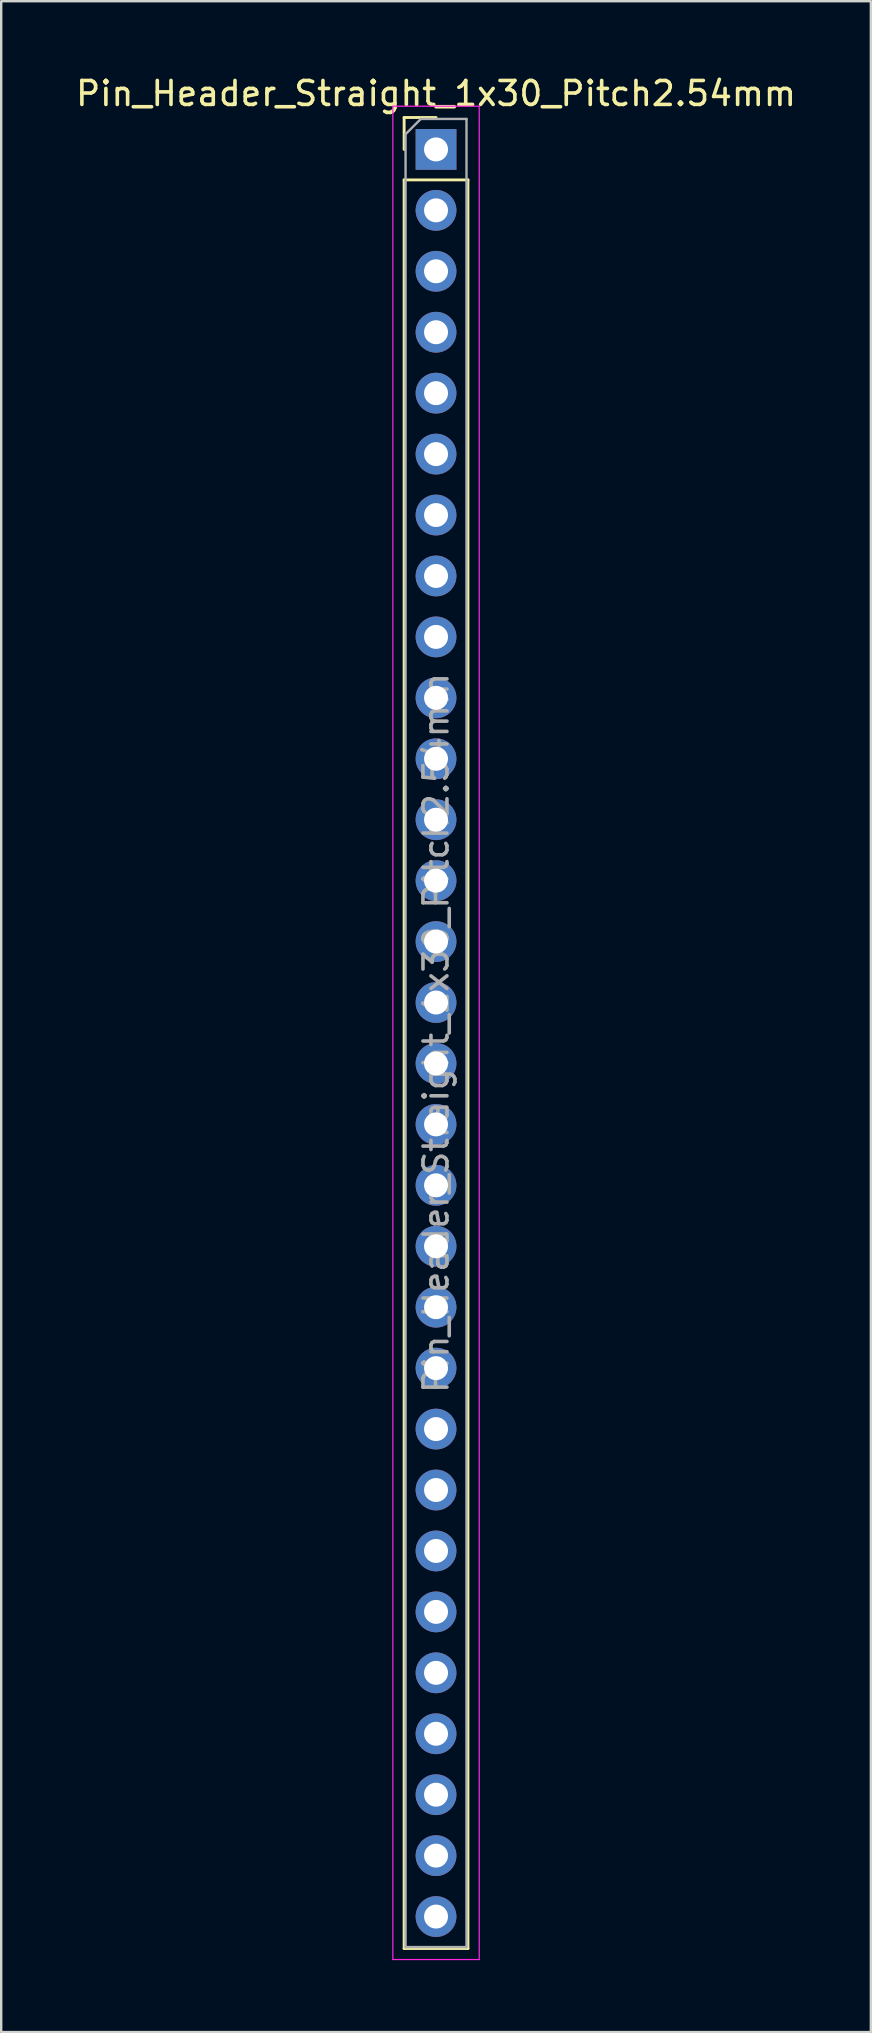
<source format=kicad_pcb>
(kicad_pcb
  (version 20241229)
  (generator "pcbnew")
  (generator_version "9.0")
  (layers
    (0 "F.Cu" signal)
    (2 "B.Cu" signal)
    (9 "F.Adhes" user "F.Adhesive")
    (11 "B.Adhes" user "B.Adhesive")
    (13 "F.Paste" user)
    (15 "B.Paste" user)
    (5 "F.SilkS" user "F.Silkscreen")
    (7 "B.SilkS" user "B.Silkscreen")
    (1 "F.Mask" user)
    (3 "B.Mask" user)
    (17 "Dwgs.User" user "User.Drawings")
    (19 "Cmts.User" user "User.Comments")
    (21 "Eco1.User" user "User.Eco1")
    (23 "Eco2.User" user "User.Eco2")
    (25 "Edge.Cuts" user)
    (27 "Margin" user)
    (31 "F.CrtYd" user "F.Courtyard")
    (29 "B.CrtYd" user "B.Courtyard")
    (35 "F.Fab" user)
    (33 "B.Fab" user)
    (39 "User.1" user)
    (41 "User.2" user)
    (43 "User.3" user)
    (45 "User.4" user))
  (footprint "Pin_Header_Straight_1x30_Pitch2.54mm"
    (layer "F.Cu")
    (at 15.125 3.178)
    (property "Reference" "Pin_Header_Straight_1x30_Pitch2.54mm" (at 0 -2.33 0) (layer "F.SilkS") (effects (font (size 1 1) (thickness 0.15))))
    (attr through_hole)
    (fp_line (start -1.33 -1.33) (end 0 -1.33) (stroke (width 0.12) (type solid)) (layer "F.SilkS"))
    (fp_line (start -1.33 0) (end -1.33 -1.33) (stroke (width 0.12) (type solid)) (layer "F.SilkS"))
    (fp_line (start -1.33 1.27) (end -1.33 74.99) (stroke (width 0.12) (type solid)) (layer "F.SilkS"))
    (fp_line (start -1.33 1.27) (end 1.33 1.27) (stroke (width 0.12) (type solid)) (layer "F.SilkS"))
    (fp_line (start -1.33 74.99) (end 1.33 74.99) (stroke (width 0.12) (type solid)) (layer "F.SilkS"))
    (fp_line (start 1.33 1.27) (end 1.33 74.99) (stroke (width 0.12) (type solid)) (layer "F.SilkS"))
    (fp_line (start -1.8 -1.8) (end -1.8 75.45) (stroke (width 0.05) (type solid)) (layer "F.CrtYd"))
    (fp_line (start -1.8 75.45) (end 1.8 75.45) (stroke (width 0.05) (type solid)) (layer "F.CrtYd"))
    (fp_line (start 1.8 -1.8) (end -1.8 -1.8) (stroke (width 0.05) (type solid)) (layer "F.CrtYd"))
    (fp_line (start 1.8 75.45) (end 1.8 -1.8) (stroke (width 0.05) (type solid)) (layer "F.CrtYd"))
    (fp_line (start -1.27 -0.635) (end -0.635 -1.27) (stroke (width 0.1) (type solid)) (layer "F.Fab"))
    (fp_line (start -1.27 74.93) (end -1.27 -0.635) (stroke (width 0.1) (type solid)) (layer "F.Fab"))
    (fp_line (start -0.635 -1.27) (end 1.27 -1.27) (stroke (width 0.1) (type solid)) (layer "F.Fab"))
    (fp_line (start 1.27 -1.27) (end 1.27 74.93) (stroke (width 0.1) (type solid)) (layer "F.Fab"))
    (fp_line (start 1.27 74.93) (end -1.27 74.93) (stroke (width 0.1) (type solid)) (layer "F.Fab"))
    (fp_text user "${REFERENCE}" (at 0 36.83 90) (layer "F.Fab") (effects (font (size 1 1) (thickness 0.15))))
    (pad "1" thru_hole rect (at 0 0) (size 1.7 1.7) (drill 1) (layers "*.Cu" "*.Mask"))
    (pad "2" thru_hole oval (at 0 2.54) (size 1.7 1.7) (drill 1) (layers "*.Cu" "*.Mask"))
    (pad "3" thru_hole oval (at 0 5.08) (size 1.7 1.7) (drill 1) (layers "*.Cu" "*.Mask"))
    (pad "4" thru_hole oval (at 0 7.62) (size 1.7 1.7) (drill 1) (layers "*.Cu" "*.Mask"))
    (pad "5" thru_hole oval (at 0 10.16) (size 1.7 1.7) (drill 1) (layers "*.Cu" "*.Mask"))
    (pad "6" thru_hole oval (at 0 12.7) (size 1.7 1.7) (drill 1) (layers "*.Cu" "*.Mask"))
    (pad "7" thru_hole oval (at 0 15.24) (size 1.7 1.7) (drill 1) (layers "*.Cu" "*.Mask"))
    (pad "8" thru_hole oval (at 0 17.78) (size 1.7 1.7) (drill 1) (layers "*.Cu" "*.Mask"))
    (pad "9" thru_hole oval (at 0 20.32) (size 1.7 1.7) (drill 1) (layers "*.Cu" "*.Mask"))
    (pad "10" thru_hole oval (at 0 22.86) (size 1.7 1.7) (drill 1) (layers "*.Cu" "*.Mask"))
    (pad "11" thru_hole oval (at 0 25.4) (size 1.7 1.7) (drill 1) (layers "*.Cu" "*.Mask"))
    (pad "12" thru_hole oval (at 0 27.94) (size 1.7 1.7) (drill 1) (layers "*.Cu" "*.Mask"))
    (pad "13" thru_hole oval (at 0 30.48) (size 1.7 1.7) (drill 1) (layers "*.Cu" "*.Mask"))
    (pad "14" thru_hole oval (at 0 33.02) (size 1.7 1.7) (drill 1) (layers "*.Cu" "*.Mask"))
    (pad "15" thru_hole oval (at 0 35.56) (size 1.7 1.7) (drill 1) (layers "*.Cu" "*.Mask"))
    (pad "16" thru_hole oval (at 0 38.1) (size 1.7 1.7) (drill 1) (layers "*.Cu" "*.Mask"))
    (pad "17" thru_hole oval (at 0 40.64) (size 1.7 1.7) (drill 1) (layers "*.Cu" "*.Mask"))
    (pad "18" thru_hole oval (at 0 43.18) (size 1.7 1.7) (drill 1) (layers "*.Cu" "*.Mask"))
    (pad "19" thru_hole oval (at 0 45.72) (size 1.7 1.7) (drill 1) (layers "*.Cu" "*.Mask"))
    (pad "20" thru_hole oval (at 0 48.26) (size 1.7 1.7) (drill 1) (layers "*.Cu" "*.Mask"))
    (pad "21" thru_hole oval (at 0 50.8) (size 1.7 1.7) (drill 1) (layers "*.Cu" "*.Mask"))
    (pad "22" thru_hole oval (at 0 53.34) (size 1.7 1.7) (drill 1) (layers "*.Cu" "*.Mask"))
    (pad "23" thru_hole oval (at 0 55.88) (size 1.7 1.7) (drill 1) (layers "*.Cu" "*.Mask"))
    (pad "24" thru_hole oval (at 0 58.42) (size 1.7 1.7) (drill 1) (layers "*.Cu" "*.Mask"))
    (pad "25" thru_hole oval (at 0 60.96) (size 1.7 1.7) (drill 1) (layers "*.Cu" "*.Mask"))
    (pad "26" thru_hole oval (at 0 63.5) (size 1.7 1.7) (drill 1) (layers "*.Cu" "*.Mask"))
    (pad "27" thru_hole oval (at 0 66.04) (size 1.7 1.7) (drill 1) (layers "*.Cu" "*.Mask"))
    (pad "28" thru_hole oval (at 0 68.58) (size 1.7 1.7) (drill 1) (layers "*.Cu" "*.Mask"))
    (pad "29" thru_hole oval (at 0 71.12) (size 1.7 1.7) (drill 1) (layers "*.Cu" "*.Mask"))
    (pad "30" thru_hole oval (at 0 73.66) (size 1.7 1.7) (drill 1) (layers "*.Cu" "*.Mask")))
  (gr_rect
    (start -3 -3)
    (end 33.25 81.653)
    (stroke (width 0.1) (type default))
    (fill no)
    (layer "Edge.Cuts")))
</source>
